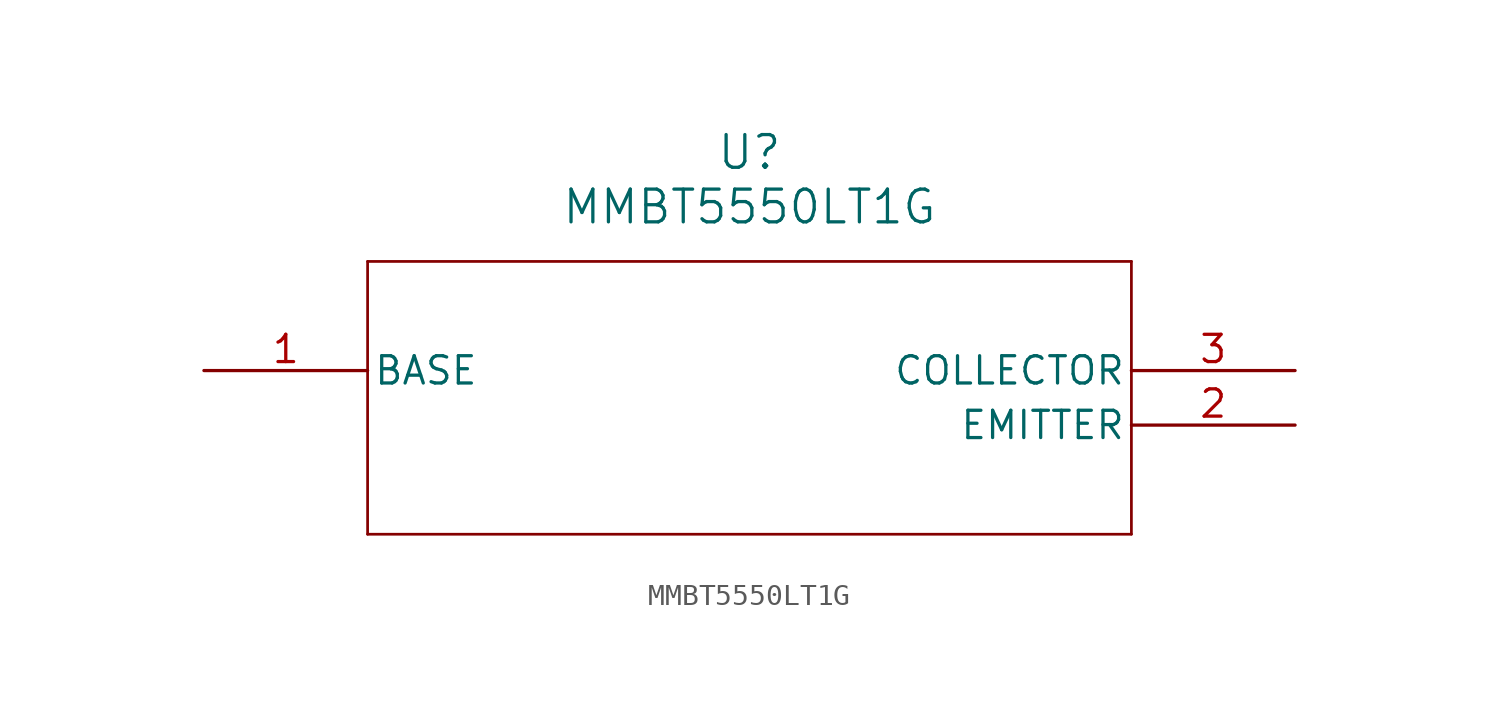
<source format=kicad_sym>
(kicad_symbol_lib
  (version 20211014)
  (generator kicad_symbol_editor)
  (symbol "MMBT5550LT1G"
    (pin_names
      (offset 0.254))
    (property "Reference" "U"
      (at 25.4 10.16 0)
      (effects (font (size 1.524 1.524))))
    (property "Value" "MMBT5550LT1G"
      (at 25.4 7.62 0)
      (effects (font (size 1.524 1.524))))
    (symbol "MMBT5550LT1G_0_1"
      (polyline (pts (xy 7.62 5.08) (xy 7.62 -7.62)) (stroke (width 0.127) (type default) (color 0 0 0 0)) (fill (type none)))
      (polyline (pts (xy 7.62 -7.62) (xy 43.18 -7.62)) (stroke (width 0.127) (type default) (color 0 0 0 0)) (fill (type none)))
      (polyline (pts (xy 43.18 -7.62) (xy 43.18 5.08)) (stroke (width 0.127) (type default) (color 0 0 0 0)) (fill (type none)))
      (polyline (pts (xy 43.18 5.08) (xy 7.62 5.08)) (stroke (width 0.127) (type default) (color 0 0 0 0)) (fill (type none)))
      (pin unspecified line (at 0 0 0) (length 7.62) (name "BASE" (effects (font (size 1.27 1.27)))) (number "1" (effects (font (size 1.27 1.27)))))
      (pin unspecified line (at 50.8 -2.54 180) (length 7.62) (name "EMITTER" (effects (font (size 1.27 1.27)))) (number "2" (effects (font (size 1.27 1.27)))))
      (pin unspecified line (at 50.8 0 180) (length 7.62) (name "COLLECTOR" (effects (font (size 1.27 1.27)))) (number "3" (effects (font (size 1.27 1.27))))))))
</source>
